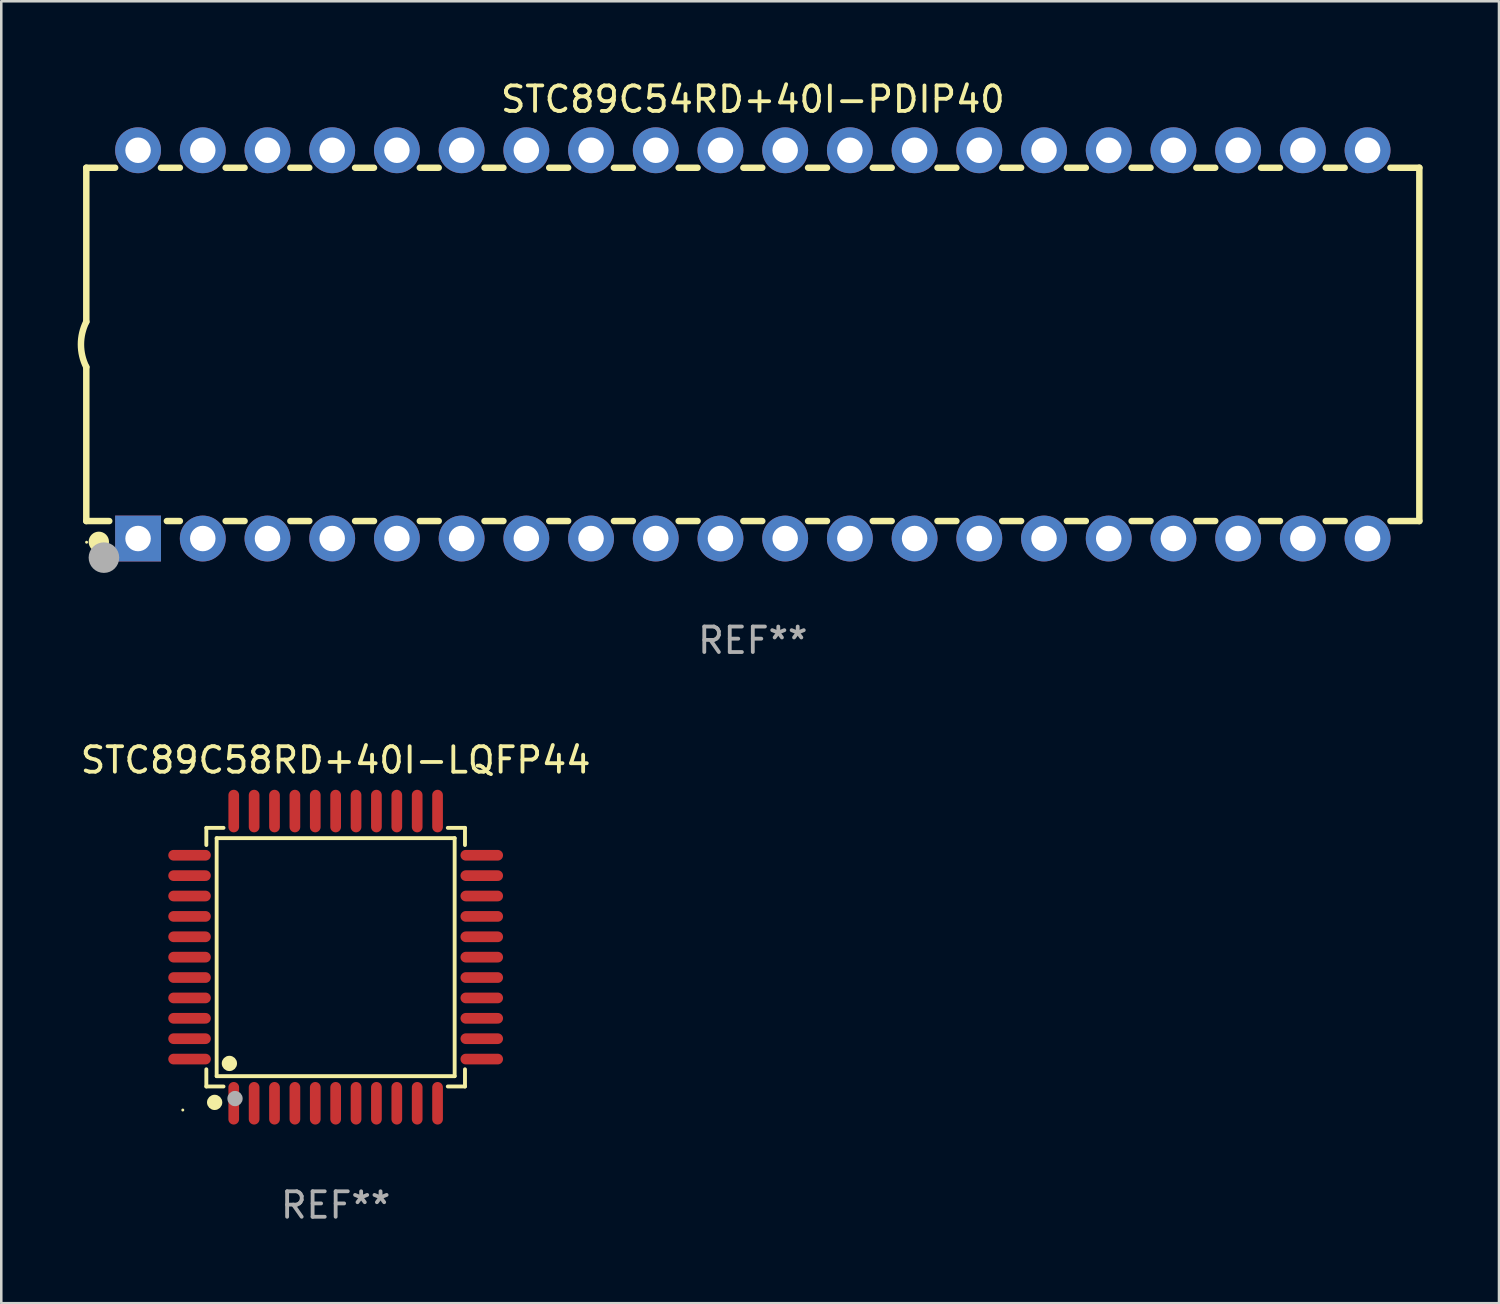
<source format=kicad_pcb>
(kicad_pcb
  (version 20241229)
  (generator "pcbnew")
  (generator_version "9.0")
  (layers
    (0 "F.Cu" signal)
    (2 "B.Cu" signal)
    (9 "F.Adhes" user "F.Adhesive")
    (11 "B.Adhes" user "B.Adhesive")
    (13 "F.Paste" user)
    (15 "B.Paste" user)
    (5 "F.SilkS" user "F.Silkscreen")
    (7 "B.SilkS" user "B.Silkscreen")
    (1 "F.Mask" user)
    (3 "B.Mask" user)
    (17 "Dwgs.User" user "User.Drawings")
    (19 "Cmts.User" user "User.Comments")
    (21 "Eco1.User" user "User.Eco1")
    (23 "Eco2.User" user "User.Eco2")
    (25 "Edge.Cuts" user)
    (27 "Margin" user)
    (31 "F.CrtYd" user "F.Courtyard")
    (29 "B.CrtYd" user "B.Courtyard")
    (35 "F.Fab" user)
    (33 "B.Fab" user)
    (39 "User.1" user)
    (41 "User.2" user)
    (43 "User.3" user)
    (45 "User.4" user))
  (footprint "STC89C54RD+40I-PDIP40"
    (layer "F.Cu")
    (at 26.499 10.468)
    (property "Reference" "STC89C54RD+40I-PDIP40" (at 0 -9.62 0) (layer "F.SilkS") (effects (font (size 1 1) (thickness 0.15))))
    (attr through_hole)
    (fp_line (start -26.162 -6.934) (end -26.162 -0.889) (stroke (width 0.254) (type solid)) (layer "F.SilkS"))
    (fp_line (start -26.162 -6.934) (end -25.029 -6.934) (stroke (width 0.254) (type solid)) (layer "F.SilkS"))
    (fp_line (start -26.162 6.934) (end -26.162 0.889) (stroke (width 0.254) (type solid)) (layer "F.SilkS"))
    (fp_line (start -26.162 6.934) (end -25.261 6.934) (stroke (width 0.254) (type solid)) (layer "F.SilkS"))
    (fp_line (start -23.231 -6.934) (end -22.489 -6.934) (stroke (width 0.254) (type solid)) (layer "F.SilkS"))
    (fp_line (start -22.999 6.934) (end -22.489 6.934) (stroke (width 0.254) (type solid)) (layer "F.SilkS"))
    (fp_line (start -20.691 -6.934) (end -19.949 -6.934) (stroke (width 0.254) (type solid)) (layer "F.SilkS"))
    (fp_line (start -20.691 6.934) (end -19.949 6.934) (stroke (width 0.254) (type solid)) (layer "F.SilkS"))
    (fp_line (start -18.151 -6.934) (end -17.409 -6.934) (stroke (width 0.254) (type solid)) (layer "F.SilkS"))
    (fp_line (start -18.151 6.934) (end -17.409 6.934) (stroke (width 0.254) (type solid)) (layer "F.SilkS"))
    (fp_line (start -15.611 -6.934) (end -14.869 -6.934) (stroke (width 0.254) (type solid)) (layer "F.SilkS"))
    (fp_line (start -15.611 6.934) (end -14.869 6.934) (stroke (width 0.254) (type solid)) (layer "F.SilkS"))
    (fp_line (start -13.071 -6.934) (end -12.329 -6.934) (stroke (width 0.254) (type solid)) (layer "F.SilkS"))
    (fp_line (start -13.071 6.934) (end -12.329 6.934) (stroke (width 0.254) (type solid)) (layer "F.SilkS"))
    (fp_line (start -10.531 -6.934) (end -9.789 -6.934) (stroke (width 0.254) (type solid)) (layer "F.SilkS"))
    (fp_line (start -10.531 6.934) (end -9.789 6.934) (stroke (width 0.254) (type solid)) (layer "F.SilkS"))
    (fp_line (start -7.991 -6.934) (end -7.249 -6.934) (stroke (width 0.254) (type solid)) (layer "F.SilkS"))
    (fp_line (start -7.991 6.934) (end -7.249 6.934) (stroke (width 0.254) (type solid)) (layer "F.SilkS"))
    (fp_line (start -5.451 -6.934) (end -4.709 -6.934) (stroke (width 0.254) (type solid)) (layer "F.SilkS"))
    (fp_line (start -5.451 6.934) (end -4.709 6.934) (stroke (width 0.254) (type solid)) (layer "F.SilkS"))
    (fp_line (start -2.911 -6.934) (end -2.169 -6.934) (stroke (width 0.254) (type solid)) (layer "F.SilkS"))
    (fp_line (start -2.911 6.934) (end -2.169 6.934) (stroke (width 0.254) (type solid)) (layer "F.SilkS"))
    (fp_line (start -0.371 -6.934) (end 0.371 -6.934) (stroke (width 0.254) (type solid)) (layer "F.SilkS"))
    (fp_line (start -0.371 6.934) (end 0.371 6.934) (stroke (width 0.254) (type solid)) (layer "F.SilkS"))
    (fp_line (start 2.169 -6.934) (end 2.911 -6.934) (stroke (width 0.254) (type solid)) (layer "F.SilkS"))
    (fp_line (start 2.169 6.934) (end 2.911 6.934) (stroke (width 0.254) (type solid)) (layer "F.SilkS"))
    (fp_line (start 4.709 -6.934) (end 5.451 -6.934) (stroke (width 0.254) (type solid)) (layer "F.SilkS"))
    (fp_line (start 4.709 6.934) (end 5.451 6.934) (stroke (width 0.254) (type solid)) (layer "F.SilkS"))
    (fp_line (start 7.249 -6.934) (end 7.991 -6.934) (stroke (width 0.254) (type solid)) (layer "F.SilkS"))
    (fp_line (start 7.249 6.934) (end 7.991 6.934) (stroke (width 0.254) (type solid)) (layer "F.SilkS"))
    (fp_line (start 9.789 -6.934) (end 10.531 -6.934) (stroke (width 0.254) (type solid)) (layer "F.SilkS"))
    (fp_line (start 9.789 6.934) (end 10.531 6.934) (stroke (width 0.254) (type solid)) (layer "F.SilkS"))
    (fp_line (start 12.329 -6.934) (end 13.071 -6.934) (stroke (width 0.254) (type solid)) (layer "F.SilkS"))
    (fp_line (start 12.329 6.934) (end 13.071 6.934) (stroke (width 0.254) (type solid)) (layer "F.SilkS"))
    (fp_line (start 14.869 -6.934) (end 15.611 -6.934) (stroke (width 0.254) (type solid)) (layer "F.SilkS"))
    (fp_line (start 14.869 6.934) (end 15.611 6.934) (stroke (width 0.254) (type solid)) (layer "F.SilkS"))
    (fp_line (start 17.409 -6.934) (end 18.151 -6.934) (stroke (width 0.254) (type solid)) (layer "F.SilkS"))
    (fp_line (start 17.409 6.934) (end 18.151 6.934) (stroke (width 0.254) (type solid)) (layer "F.SilkS"))
    (fp_line (start 19.949 -6.934) (end 20.691 -6.934) (stroke (width 0.254) (type solid)) (layer "F.SilkS"))
    (fp_line (start 19.949 6.934) (end 20.691 6.934) (stroke (width 0.254) (type solid)) (layer "F.SilkS"))
    (fp_line (start 22.489 -6.934) (end 23.231 -6.934) (stroke (width 0.254) (type solid)) (layer "F.SilkS"))
    (fp_line (start 22.489 6.934) (end 23.231 6.934) (stroke (width 0.254) (type solid)) (layer "F.SilkS"))
    (fp_line (start 25.029 -6.934) (end 26.162 -6.934) (stroke (width 0.254) (type solid)) (layer "F.SilkS"))
    (fp_line (start 25.029 6.934) (end 26.162 6.934) (stroke (width 0.254) (type solid)) (layer "F.SilkS"))
    (fp_line (start 26.162 -6.934) (end 26.162 6.934) (stroke (width 0.254) (type solid)) (layer "F.SilkS"))
    (fp_arc (start -26.162052 0.889001) (mid -26.371917 0) (end -26.162052 -0.889002) (stroke (width 0.254001) (type solid)) (layer "F.SilkS"))
    (fp_circle (center -26.15 7.765) (end -26.12 7.765) (stroke (width 0.06) (type solid)) (fill no) (layer "F.SilkS"))
    (fp_circle (center -25.67 7.75) (end -25.47 7.75) (stroke (width 0.4) (type solid)) (fill no) (layer "F.SilkS"))
    (fp_circle (center -25.47 8.37) (end -25.17 8.37) (stroke (width 0.6) (type solid)) (fill no) (layer "F.Fab"))
    (fp_text user "REF**" (at 0 11.62 0) (layer "F.Fab") (effects (font (size 1 1) (thickness 0.15))))
    (pad "1" thru_hole rect (at -24.13 7.62) (size 1.8 1.8) (drill 1) (layers "*.Cu" "*.Mask"))
    (pad "2" thru_hole circle (at -21.59 7.62) (size 1.8 1.8) (drill 1) (layers "*.Cu" "*.Mask"))
    (pad "3" thru_hole circle (at -19.05 7.62) (size 1.8 1.8) (drill 1) (layers "*.Cu" "*.Mask"))
    (pad "4" thru_hole circle (at -16.51 7.62) (size 1.8 1.8) (drill 1) (layers "*.Cu" "*.Mask"))
    (pad "5" thru_hole circle (at -13.97 7.62) (size 1.8 1.8) (drill 1) (layers "*.Cu" "*.Mask"))
    (pad "6" thru_hole circle (at -11.43 7.62) (size 1.8 1.8) (drill 1) (layers "*.Cu" "*.Mask"))
    (pad "7" thru_hole circle (at -8.89 7.62) (size 1.8 1.8) (drill 1) (layers "*.Cu" "*.Mask"))
    (pad "8" thru_hole circle (at -6.35 7.62) (size 1.8 1.8) (drill 1) (layers "*.Cu" "*.Mask"))
    (pad "9" thru_hole circle (at -3.81 7.62) (size 1.8 1.8) (drill 1) (layers "*.Cu" "*.Mask"))
    (pad "10" thru_hole circle (at -1.27 7.62) (size 1.8 1.8) (drill 1) (layers "*.Cu" "*.Mask"))
    (pad "11" thru_hole circle (at 1.27 7.62) (size 1.8 1.8) (drill 1) (layers "*.Cu" "*.Mask"))
    (pad "12" thru_hole circle (at 3.81 7.62) (size 1.8 1.8) (drill 1) (layers "*.Cu" "*.Mask"))
    (pad "13" thru_hole circle (at 6.35 7.62) (size 1.8 1.8) (drill 1) (layers "*.Cu" "*.Mask"))
    (pad "14" thru_hole circle (at 8.89 7.62) (size 1.8 1.8) (drill 1) (layers "*.Cu" "*.Mask"))
    (pad "15" thru_hole circle (at 11.43 7.62) (size 1.8 1.8) (drill 1) (layers "*.Cu" "*.Mask"))
    (pad "16" thru_hole circle (at 13.97 7.62) (size 1.8 1.8) (drill 1) (layers "*.Cu" "*.Mask"))
    (pad "17" thru_hole circle (at 16.51 7.62) (size 1.8 1.8) (drill 1) (layers "*.Cu" "*.Mask"))
    (pad "18" thru_hole circle (at 19.05 7.62) (size 1.8 1.8) (drill 1) (layers "*.Cu" "*.Mask"))
    (pad "19" thru_hole circle (at 21.59 7.62) (size 1.8 1.8) (drill 1) (layers "*.Cu" "*.Mask"))
    (pad "20" thru_hole circle (at 24.13 7.62) (size 1.8 1.8) (drill 1) (layers "*.Cu" "*.Mask"))
    (pad "21" thru_hole circle (at 24.13 -7.62) (size 1.8 1.8) (drill 1) (layers "*.Cu" "*.Mask"))
    (pad "22" thru_hole circle (at 21.59 -7.62) (size 1.8 1.8) (drill 1) (layers "*.Cu" "*.Mask"))
    (pad "23" thru_hole circle (at 19.05 -7.62) (size 1.8 1.8) (drill 1) (layers "*.Cu" "*.Mask"))
    (pad "24" thru_hole circle (at 16.51 -7.62) (size 1.8 1.8) (drill 1) (layers "*.Cu" "*.Mask"))
    (pad "25" thru_hole circle (at 13.97 -7.62) (size 1.8 1.8) (drill 1) (layers "*.Cu" "*.Mask"))
    (pad "26" thru_hole circle (at 11.43 -7.62) (size 1.8 1.8) (drill 1) (layers "*.Cu" "*.Mask"))
    (pad "27" thru_hole circle (at 8.89 -7.62) (size 1.8 1.8) (drill 1) (layers "*.Cu" "*.Mask"))
    (pad "28" thru_hole circle (at 6.35 -7.62) (size 1.8 1.8) (drill 1) (layers "*.Cu" "*.Mask"))
    (pad "29" thru_hole circle (at 3.81 -7.62) (size 1.8 1.8) (drill 1) (layers "*.Cu" "*.Mask"))
    (pad "30" thru_hole circle (at 1.27 -7.62) (size 1.8 1.8) (drill 1) (layers "*.Cu" "*.Mask"))
    (pad "31" thru_hole circle (at -1.27 -7.62) (size 1.8 1.8) (drill 1) (layers "*.Cu" "*.Mask"))
    (pad "32" thru_hole circle (at -3.81 -7.62) (size 1.8 1.8) (drill 1) (layers "*.Cu" "*.Mask"))
    (pad "33" thru_hole circle (at -6.35 -7.62) (size 1.8 1.8) (drill 1) (layers "*.Cu" "*.Mask"))
    (pad "34" thru_hole circle (at -8.89 -7.62) (size 1.8 1.8) (drill 1) (layers "*.Cu" "*.Mask"))
    (pad "35" thru_hole circle (at -11.43 -7.62) (size 1.8 1.8) (drill 1) (layers "*.Cu" "*.Mask"))
    (pad "36" thru_hole circle (at -13.97 -7.62) (size 1.8 1.8) (drill 1) (layers "*.Cu" "*.Mask"))
    (pad "37" thru_hole circle (at -16.51 -7.62) (size 1.8 1.8) (drill 1) (layers "*.Cu" "*.Mask"))
    (pad "38" thru_hole circle (at -19.05 -7.62) (size 1.8 1.8) (drill 1) (layers "*.Cu" "*.Mask"))
    (pad "39" thru_hole circle (at -21.59 -7.62) (size 1.8 1.8) (drill 1) (layers "*.Cu" "*.Mask"))
    (pad "40" thru_hole circle (at -24.13 -7.62) (size 1.8 1.8) (drill 1) (layers "*.Cu" "*.Mask")))
  (footprint "STC89C58RD+40I-LQFP44"
    (layer "F.Cu")
    (at 10.125 34.52)
    (property "Reference" "STC89C58RD+40I-LQFP44" (at 0 -7.735 0) (layer "F.SilkS") (effects (font (size 1 1) (thickness 0.15))))
    (attr through_hole)
    (fp_line (start -5.076 -5.076) (end -4.401 -5.076) (stroke (width 0.152) (type solid)) (layer "F.SilkS"))
    (fp_line (start -5.076 -4.401) (end -5.076 -5.076) (stroke (width 0.152) (type solid)) (layer "F.SilkS"))
    (fp_line (start -5.076 4.401) (end -5.076 5.076) (stroke (width 0.152) (type solid)) (layer "F.SilkS"))
    (fp_line (start -5.076 5.076) (end -4.401 5.076) (stroke (width 0.152) (type solid)) (layer "F.SilkS"))
    (fp_line (start -4.671 -4.671) (end 4.671 -4.671) (stroke (width 0.152) (type solid)) (layer "F.SilkS"))
    (fp_line (start -4.671 4.671) (end -4.671 -4.671) (stroke (width 0.152) (type solid)) (layer "F.SilkS"))
    (fp_line (start 4.671 -4.671) (end 4.671 4.671) (stroke (width 0.152) (type solid)) (layer "F.SilkS"))
    (fp_line (start 4.671 4.671) (end -4.671 4.671) (stroke (width 0.152) (type solid)) (layer "F.SilkS"))
    (fp_line (start 5.076 -5.076) (end 4.401 -5.076) (stroke (width 0.152) (type solid)) (layer "F.SilkS"))
    (fp_line (start 5.076 -4.401) (end 5.076 -5.076) (stroke (width 0.152) (type solid)) (layer "F.SilkS"))
    (fp_line (start 5.076 4.401) (end 5.076 5.076) (stroke (width 0.152) (type solid)) (layer "F.SilkS"))
    (fp_line (start 5.076 5.076) (end 4.401 5.076) (stroke (width 0.152) (type solid)) (layer "F.SilkS"))
    (fp_circle (center -6 6) (end -5.97 6) (stroke (width 0.06) (type solid)) (fill no) (layer "F.SilkS"))
    (fp_circle (center -4.75 5.7) (end -4.6 5.7) (stroke (width 0.3) (type solid)) (fill no) (layer "F.SilkS"))
    (fp_circle (center -4.171 4.171) (end -4.021 4.171) (stroke (width 0.3) (type solid)) (fill no) (layer "F.SilkS"))
    (fp_circle (center -3.95 5.55) (end -3.8 5.55) (stroke (width 0.3) (type solid)) (fill no) (layer "F.Fab"))
    (fp_text user "REF**" (at 0 9.735 0) (layer "F.Fab") (effects (font (size 1 1) (thickness 0.15))))
    (pad "1" smd oval (at -4 5.735) (size 0.42 1.67) (layers "F.Cu" "F.Mask" "F.Paste"))
    (pad "2" smd oval (at -3.2 5.735) (size 0.42 1.67) (layers "F.Cu" "F.Mask" "F.Paste"))
    (pad "3" smd oval (at -2.4 5.735) (size 0.42 1.67) (layers "F.Cu" "F.Mask" "F.Paste"))
    (pad "4" smd oval (at -1.6 5.735) (size 0.42 1.67) (layers "F.Cu" "F.Mask" "F.Paste"))
    (pad "5" smd oval (at -0.8 5.735) (size 0.42 1.67) (layers "F.Cu" "F.Mask" "F.Paste"))
    (pad "6" smd oval (at 0 5.735) (size 0.42 1.67) (layers "F.Cu" "F.Mask" "F.Paste"))
    (pad "7" smd oval (at 0.8 5.735) (size 0.42 1.67) (layers "F.Cu" "F.Mask" "F.Paste"))
    (pad "8" smd oval (at 1.6 5.735) (size 0.42 1.67) (layers "F.Cu" "F.Mask" "F.Paste"))
    (pad "9" smd oval (at 2.4 5.735) (size 0.42 1.67) (layers "F.Cu" "F.Mask" "F.Paste"))
    (pad "10" smd oval (at 3.2 5.735) (size 0.42 1.67) (layers "F.Cu" "F.Mask" "F.Paste"))
    (pad "11" smd oval (at 4 5.735) (size 0.42 1.67) (layers "F.Cu" "F.Mask" "F.Paste"))
    (pad "12" smd oval (at 5.735 4) (size 1.67 0.42) (layers "F.Cu" "F.Mask" "F.Paste"))
    (pad "13" smd oval (at 5.735 3.2) (size 1.67 0.42) (layers "F.Cu" "F.Mask" "F.Paste"))
    (pad "14" smd oval (at 5.735 2.4) (size 1.67 0.42) (layers "F.Cu" "F.Mask" "F.Paste"))
    (pad "15" smd oval (at 5.735 1.6) (size 1.67 0.42) (layers "F.Cu" "F.Mask" "F.Paste"))
    (pad "16" smd oval (at 5.735 0.8) (size 1.67 0.42) (layers "F.Cu" "F.Mask" "F.Paste"))
    (pad "17" smd oval (at 5.735 0) (size 1.67 0.42) (layers "F.Cu" "F.Mask" "F.Paste"))
    (pad "18" smd oval (at 5.735 -0.8) (size 1.67 0.42) (layers "F.Cu" "F.Mask" "F.Paste"))
    (pad "19" smd oval (at 5.735 -1.6) (size 1.67 0.42) (layers "F.Cu" "F.Mask" "F.Paste"))
    (pad "20" smd oval (at 5.735 -2.4) (size 1.67 0.42) (layers "F.Cu" "F.Mask" "F.Paste"))
    (pad "21" smd oval (at 5.735 -3.2) (size 1.67 0.42) (layers "F.Cu" "F.Mask" "F.Paste"))
    (pad "22" smd oval (at 5.735 -4) (size 1.67 0.42) (layers "F.Cu" "F.Mask" "F.Paste"))
    (pad "23" smd oval (at 4 -5.735) (size 0.42 1.67) (layers "F.Cu" "F.Mask" "F.Paste"))
    (pad "24" smd oval (at 3.2 -5.735) (size 0.42 1.67) (layers "F.Cu" "F.Mask" "F.Paste"))
    (pad "25" smd oval (at 2.4 -5.735) (size 0.42 1.67) (layers "F.Cu" "F.Mask" "F.Paste"))
    (pad "26" smd oval (at 1.6 -5.735) (size 0.42 1.67) (layers "F.Cu" "F.Mask" "F.Paste"))
    (pad "27" smd oval (at 0.8 -5.735) (size 0.42 1.67) (layers "F.Cu" "F.Mask" "F.Paste"))
    (pad "28" smd oval (at 0 -5.735) (size 0.42 1.67) (layers "F.Cu" "F.Mask" "F.Paste"))
    (pad "29" smd oval (at -0.8 -5.735) (size 0.42 1.67) (layers "F.Cu" "F.Mask" "F.Paste"))
    (pad "30" smd oval (at -1.6 -5.735) (size 0.42 1.67) (layers "F.Cu" "F.Mask" "F.Paste"))
    (pad "31" smd oval (at -2.4 -5.735) (size 0.42 1.67) (layers "F.Cu" "F.Mask" "F.Paste"))
    (pad "32" smd oval (at -3.2 -5.735) (size 0.42 1.67) (layers "F.Cu" "F.Mask" "F.Paste"))
    (pad "33" smd oval (at -4 -5.735) (size 0.42 1.67) (layers "F.Cu" "F.Mask" "F.Paste"))
    (pad "34" smd oval (at -5.735 -4) (size 1.67 0.42) (layers "F.Cu" "F.Mask" "F.Paste"))
    (pad "35" smd oval (at -5.735 -3.2) (size 1.67 0.42) (layers "F.Cu" "F.Mask" "F.Paste"))
    (pad "36" smd oval (at -5.735 -2.4) (size 1.67 0.42) (layers "F.Cu" "F.Mask" "F.Paste"))
    (pad "37" smd oval (at -5.735 -1.6) (size 1.67 0.42) (layers "F.Cu" "F.Mask" "F.Paste"))
    (pad "38" smd oval (at -5.735 -0.8) (size 1.67 0.42) (layers "F.Cu" "F.Mask" "F.Paste"))
    (pad "39" smd oval (at -5.735 0) (size 1.67 0.42) (layers "F.Cu" "F.Mask" "F.Paste"))
    (pad "40" smd oval (at -5.735 0.8) (size 1.67 0.42) (layers "F.Cu" "F.Mask" "F.Paste"))
    (pad "41" smd oval (at -5.735 1.6) (size 1.67 0.42) (layers "F.Cu" "F.Mask" "F.Paste"))
    (pad "42" smd oval (at -5.735 2.4) (size 1.67 0.42) (layers "F.Cu" "F.Mask" "F.Paste"))
    (pad "43" smd oval (at -5.735 3.2) (size 1.67 0.42) (layers "F.Cu" "F.Mask" "F.Paste"))
    (pad "44" smd oval (at -5.735 4) (size 1.67 0.42) (layers "F.Cu" "F.Mask" "F.Paste")))
  (gr_rect
    (start -3 -3)
    (end 55.788 48.103)
    (stroke (width 0.1) (type default))
    (fill no)
    (layer "Edge.Cuts")))
</source>
